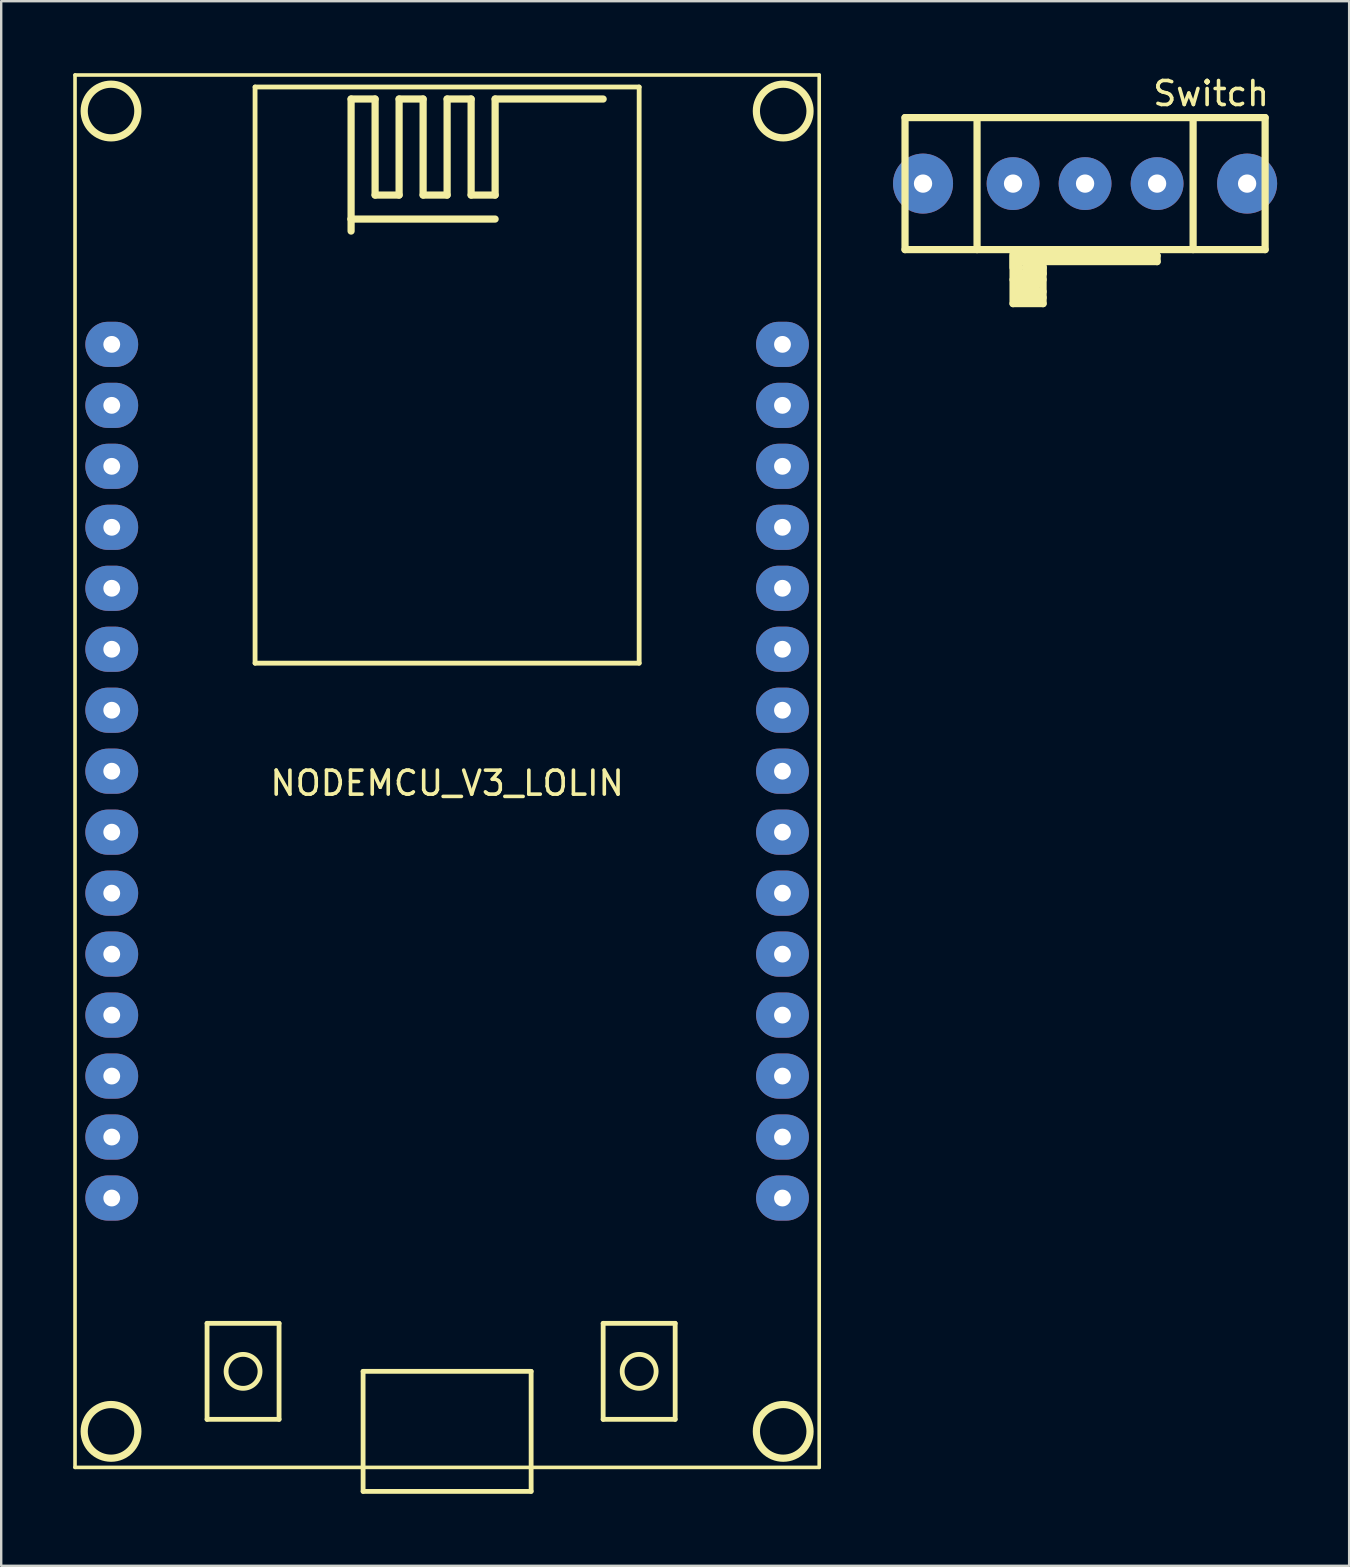
<source format=kicad_pcb>
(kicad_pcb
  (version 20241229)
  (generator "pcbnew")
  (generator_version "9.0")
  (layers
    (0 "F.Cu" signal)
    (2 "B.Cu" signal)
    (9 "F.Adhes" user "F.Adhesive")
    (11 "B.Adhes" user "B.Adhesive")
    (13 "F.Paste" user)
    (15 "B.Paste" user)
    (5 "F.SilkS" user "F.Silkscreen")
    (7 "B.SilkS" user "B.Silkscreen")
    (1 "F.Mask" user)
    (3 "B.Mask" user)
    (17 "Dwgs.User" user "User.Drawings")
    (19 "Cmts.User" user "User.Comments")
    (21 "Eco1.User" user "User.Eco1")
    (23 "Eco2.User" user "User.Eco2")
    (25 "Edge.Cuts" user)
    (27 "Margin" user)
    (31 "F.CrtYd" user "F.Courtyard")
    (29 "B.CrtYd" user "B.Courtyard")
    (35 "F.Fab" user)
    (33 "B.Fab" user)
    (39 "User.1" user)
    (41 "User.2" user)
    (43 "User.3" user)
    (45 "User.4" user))
  (footprint "NODEMCU_V3_LOLIN"
    (layer "F.Cu")
    (at 15.575 57.015)
    (property "Reference" "NODEMCU_V3_LOLIN" (at 0 -27.44 0) (layer "F.SilkS") (effects (font (size 1 1) (thickness 0.15))))
    (attr through_hole)
    (fp_line (start -15.5 1.06) (end -15.5 -56.94) (stroke (width 0.15) (type solid)) (layer "F.SilkS"))
    (fp_line (start -10 -4.94) (end -7 -4.94) (stroke (width 0.2) (type solid)) (layer "F.SilkS"))
    (fp_line (start -10 -0.94) (end -10 -4.94) (stroke (width 0.2) (type solid)) (layer "F.SilkS"))
    (fp_line (start -8 -56.44) (end 8 -56.44) (stroke (width 0.2) (type solid)) (layer "F.SilkS"))
    (fp_line (start -8 -32.44) (end -8 -56.44) (stroke (width 0.2) (type solid)) (layer "F.SilkS"))
    (fp_line (start -7 -4.94) (end -7 -0.94) (stroke (width 0.2) (type solid)) (layer "F.SilkS"))
    (fp_line (start -7 -0.94) (end -10 -0.94) (stroke (width 0.2) (type solid)) (layer "F.SilkS"))
    (fp_line (start -4 -55.94) (end -4 -50.94) (stroke (width 0.3) (type solid)) (layer "F.SilkS"))
    (fp_line (start -4 -50.94) (end 2 -50.94) (stroke (width 0.3) (type solid)) (layer "F.SilkS"))
    (fp_line (start -4 -50.44) (end -4 -50.94) (stroke (width 0.3) (type solid)) (layer "F.SilkS"))
    (fp_line (start -3.5 -2.94) (end -3.5 1.06) (stroke (width 0.2) (type solid)) (layer "F.SilkS"))
    (fp_line (start -3.5 1.06) (end -3.5 2.06) (stroke (width 0.2) (type solid)) (layer "F.SilkS"))
    (fp_line (start -3.5 2.06) (end 3.5 2.06) (stroke (width 0.2) (type solid)) (layer "F.SilkS"))
    (fp_line (start -3 -55.94) (end -4 -55.94) (stroke (width 0.3) (type solid)) (layer "F.SilkS"))
    (fp_line (start -3 -51.94) (end -3 -55.94) (stroke (width 0.3) (type solid)) (layer "F.SilkS"))
    (fp_line (start -2 -55.94) (end -2 -51.94) (stroke (width 0.3) (type solid)) (layer "F.SilkS"))
    (fp_line (start -2 -51.94) (end -3 -51.94) (stroke (width 0.3) (type solid)) (layer "F.SilkS"))
    (fp_line (start -1 -55.94) (end -2 -55.94) (stroke (width 0.3) (type solid)) (layer "F.SilkS"))
    (fp_line (start -1 -51.94) (end -1 -55.94) (stroke (width 0.3) (type solid)) (layer "F.SilkS"))
    (fp_line (start 0 -55.94) (end 0 -51.94) (stroke (width 0.3) (type solid)) (layer "F.SilkS"))
    (fp_line (start 0 -51.94) (end -1 -51.94) (stroke (width 0.3) (type solid)) (layer "F.SilkS"))
    (fp_line (start 1 -55.94) (end 0 -55.94) (stroke (width 0.3) (type solid)) (layer "F.SilkS"))
    (fp_line (start 1 -51.94) (end 1 -55.94) (stroke (width 0.3) (type solid)) (layer "F.SilkS"))
    (fp_line (start 2 -55.94) (end 2 -51.94) (stroke (width 0.3) (type solid)) (layer "F.SilkS"))
    (fp_line (start 2 -51.94) (end 1 -51.94) (stroke (width 0.3) (type solid)) (layer "F.SilkS"))
    (fp_line (start 3.5 -2.94) (end -3.5 -2.94) (stroke (width 0.2) (type solid)) (layer "F.SilkS"))
    (fp_line (start 3.5 1.06) (end 3.5 -2.94) (stroke (width 0.2) (type solid)) (layer "F.SilkS"))
    (fp_line (start 3.5 2.06) (end 3.5 1.06) (stroke (width 0.2) (type solid)) (layer "F.SilkS"))
    (fp_line (start 6.5 -55.94) (end 2 -55.94) (stroke (width 0.3) (type solid)) (layer "F.SilkS"))
    (fp_line (start 6.5 -4.94) (end 6.5 -0.94) (stroke (width 0.2) (type solid)) (layer "F.SilkS"))
    (fp_line (start 6.5 -0.94) (end 9.5 -0.94) (stroke (width 0.2) (type solid)) (layer "F.SilkS"))
    (fp_line (start 7 -32.44) (end -7 -32.44) (stroke (width 0.15) (type solid)) (layer "F.SilkS"))
    (fp_line (start 8 -56.44) (end 8 -32.44) (stroke (width 0.2) (type solid)) (layer "F.SilkS"))
    (fp_line (start 8 -32.44) (end -8 -32.44) (stroke (width 0.2) (type solid)) (layer "F.SilkS"))
    (fp_line (start 9.5 -4.94) (end 6.5 -4.94) (stroke (width 0.2) (type solid)) (layer "F.SilkS"))
    (fp_line (start 9.5 -0.94) (end 9.5 -4.94) (stroke (width 0.2) (type solid)) (layer "F.SilkS"))
    (fp_line (start 15.5 -56.94) (end -15.5 -56.94) (stroke (width 0.15) (type solid)) (layer "F.SilkS"))
    (fp_line (start 15.5 1.06) (end -15.5 1.06) (stroke (width 0.15) (type solid)) (layer "F.SilkS"))
    (fp_line (start 15.5 1.06) (end 15.5 -56.94) (stroke (width 0.15) (type solid)) (layer "F.SilkS"))
    (fp_circle (center -14 -55.44) (end -15 -55.94) (stroke (width 0.3) (type solid)) (fill no) (layer "F.SilkS"))
    (fp_circle (center -14 -0.44) (end -15 -0.94) (stroke (width 0.3) (type solid)) (fill no) (layer "F.SilkS"))
    (fp_circle (center -8.5 -2.94) (end -9 -3.44) (stroke (width 0.2) (type solid)) (fill no) (layer "F.SilkS"))
    (fp_circle (center 8 -2.94) (end 7.5 -3.44) (stroke (width 0.2) (type solid)) (fill no) (layer "F.SilkS"))
    (fp_circle (center 14 -55.44) (end 13 -55.94) (stroke (width 0.3) (type solid)) (fill no) (layer "F.SilkS"))
    (fp_circle (center 14 -0.44) (end 13 -0.94) (stroke (width 0.3) (type solid)) (fill no) (layer "F.SilkS"))
    (pad "1" thru_hole oval (at 13.97 -45.72) (size 2.2 1.88) (drill 0.7) (layers "*.Cu" "*.Mask"))
    (pad "2" thru_hole oval (at 13.97 -43.18) (size 2.2 1.88) (drill 0.7) (layers "*.Cu" "*.Mask"))
    (pad "3" thru_hole oval (at 13.97 -40.64) (size 2.2 1.88) (drill 0.7) (layers "*.Cu" "*.Mask"))
    (pad "4" thru_hole oval (at 13.97 -38.1) (size 2.2 1.88) (drill 0.7) (layers "*.Cu" "*.Mask"))
    (pad "5" thru_hole oval (at 13.97 -35.56) (size 2.2 1.88) (drill 0.7) (layers "*.Cu" "*.Mask"))
    (pad "6" thru_hole oval (at 13.97 -33.02) (size 2.2 1.88) (drill 0.7) (layers "*.Cu" "*.Mask"))
    (pad "7" thru_hole oval (at 13.97 -30.48) (size 2.2 1.88) (drill 0.7) (layers "*.Cu" "*.Mask"))
    (pad "8" thru_hole oval (at 13.97 -27.94) (size 2.2 1.88) (drill 0.7) (layers "*.Cu" "*.Mask"))
    (pad "9" thru_hole oval (at 13.97 -25.4) (size 2.2 1.88) (drill 0.7) (layers "*.Cu" "*.Mask"))
    (pad "10" thru_hole oval (at 13.97 -22.86) (size 2.2 1.88) (drill 0.7) (layers "*.Cu" "*.Mask"))
    (pad "11" thru_hole oval (at 13.97 -20.32) (size 2.2 1.88) (drill 0.7) (layers "*.Cu" "*.Mask"))
    (pad "12" thru_hole oval (at 13.97 -17.78) (size 2.2 1.88) (drill 0.7) (layers "*.Cu" "*.Mask"))
    (pad "13" thru_hole oval (at 13.97 -15.24) (size 2.2 1.88) (drill 0.7) (layers "*.Cu" "*.Mask"))
    (pad "14" thru_hole oval (at 13.97 -12.7) (size 2.2 1.88) (drill 0.7) (layers "*.Cu" "*.Mask"))
    (pad "15" thru_hole oval (at 13.97 -10.16) (size 2.2 1.88) (drill 0.7) (layers "*.Cu" "*.Mask"))
    (pad "16" thru_hole oval (at -13.97 -10.16) (size 2.2 1.88) (drill 0.7) (layers "*.Cu" "*.Mask"))
    (pad "17" thru_hole oval (at -13.97 -12.7) (size 2.2 1.88) (drill 0.7) (layers "*.Cu" "*.Mask"))
    (pad "18" thru_hole oval (at -13.97 -15.24) (size 2.2 1.88) (drill 0.7) (layers "*.Cu" "*.Mask"))
    (pad "19" thru_hole oval (at -13.97 -17.78) (size 2.2 1.88) (drill 0.7) (layers "*.Cu" "*.Mask"))
    (pad "20" thru_hole oval (at -13.97 -20.32) (size 2.2 1.88) (drill 0.7) (layers "*.Cu" "*.Mask"))
    (pad "21" thru_hole oval (at -13.97 -22.86) (size 2.2 1.88) (drill 0.7) (layers "*.Cu" "*.Mask"))
    (pad "22" thru_hole oval (at -13.97 -25.4) (size 2.2 1.88) (drill 0.7) (layers "*.Cu" "*.Mask"))
    (pad "23" thru_hole oval (at -13.97 -27.94) (size 2.2 1.88) (drill 0.7) (layers "*.Cu" "*.Mask"))
    (pad "24" thru_hole oval (at -13.97 -30.48) (size 2.2 1.88) (drill 0.7) (layers "*.Cu" "*.Mask"))
    (pad "25" thru_hole oval (at -13.97 -33.02) (size 2.2 1.88) (drill 0.7) (layers "*.Cu" "*.Mask"))
    (pad "26" thru_hole oval (at -13.97 -35.56) (size 2.2 1.88) (drill 0.7) (layers "*.Cu" "*.Mask"))
    (pad "27" thru_hole oval (at -13.97 -38.1) (size 2.2 1.88) (drill 0.7) (layers "*.Cu" "*.Mask"))
    (pad "28" thru_hole oval (at -13.97 -40.64) (size 2.2 1.88) (drill 0.7) (layers "*.Cu" "*.Mask"))
    (pad "29" thru_hole oval (at -13.97 -43.18) (size 2.2 1.88) (drill 0.7) (layers "*.Cu" "*.Mask"))
    (pad "30" thru_hole oval (at -13.97 -45.72) (size 2.2 1.88) (drill 0.7) (layers "*.Cu" "*.Mask")))
  (footprint "Switch"
    (layer "F.Cu")
    (at 42.15 4.848)
    (property "Reference" "Switch" (at 5.25 -4 0) (layer "F.SilkS") (effects (font (size 1 1) (thickness 0.15))))
    (attr through_hole)
    (fp_line (start -7.5 -3) (end -7.5 2.5) (stroke (width 0.3) (type solid)) (layer "F.SilkS"))
    (fp_line (start -7.5 2.5) (end 7.5 2.5) (stroke (width 0.3) (type solid)) (layer "F.SilkS"))
    (fp_line (start -4.5 -3) (end -4.5 2.5) (stroke (width 0.3) (type solid)) (layer "F.SilkS"))
    (fp_line (start -3 2.5) (end -3 3.25) (stroke (width 0.3) (type solid)) (layer "F.SilkS"))
    (fp_line (start -3 2.5) (end -2.75 3.25) (stroke (width 0.3) (type solid)) (layer "F.SilkS"))
    (fp_line (start -3 2.75) (end -3 4.75) (stroke (width 0.3) (type solid)) (layer "F.SilkS"))
    (fp_line (start -3 3.75) (end -2 3.75) (stroke (width 0.3) (type solid)) (layer "F.SilkS"))
    (fp_line (start -3 4.75) (end -1.75 4.75) (stroke (width 0.3) (type solid)) (layer "F.SilkS"))
    (fp_line (start -2.75 2.75) (end -1.75 2.75) (stroke (width 0.3) (type solid)) (layer "F.SilkS"))
    (fp_line (start -2.75 3) (end -2.75 3.5) (stroke (width 0.3) (type solid)) (layer "F.SilkS"))
    (fp_line (start -2.75 3.5) (end -1.75 3.5) (stroke (width 0.3) (type solid)) (layer "F.SilkS"))
    (fp_line (start -2.75 3.75) (end -2.75 4) (stroke (width 0.3) (type solid)) (layer "F.SilkS"))
    (fp_line (start -2.75 3.75) (end -1.75 2.75) (stroke (width 0.3) (type solid)) (layer "F.SilkS"))
    (fp_line (start -2.75 4) (end -2.75 3.75) (stroke (width 0.3) (type solid)) (layer "F.SilkS"))
    (fp_line (start -2.75 4) (end -2 4) (stroke (width 0.3) (type solid)) (layer "F.SilkS"))
    (fp_line (start -2.75 4.5) (end -2.75 3.75) (stroke (width 0.3) (type solid)) (layer "F.SilkS"))
    (fp_line (start -2.75 4.5) (end -2.5 4.5) (stroke (width 0.3) (type solid)) (layer "F.SilkS"))
    (fp_line (start -2.5 4.5) (end -1.75 4.5) (stroke (width 0.3) (type solid)) (layer "F.SilkS"))
    (fp_line (start -2 3) (end -2.75 3) (stroke (width 0.3) (type solid)) (layer "F.SilkS"))
    (fp_line (start -1.75 2.75) (end -2 3) (stroke (width 0.3) (type solid)) (layer "F.SilkS"))
    (fp_line (start -1.75 2.75) (end -1.75 3) (stroke (width 0.3) (type solid)) (layer "F.SilkS"))
    (fp_line (start -1.75 2.75) (end -1.5 2.75) (stroke (width 0.3) (type solid)) (layer "F.SilkS"))
    (fp_line (start -1.75 3) (end 3 3) (stroke (width 0.3) (type solid)) (layer "F.SilkS"))
    (fp_line (start -1.75 3.25) (end -2.5 3.25) (stroke (width 0.3) (type solid)) (layer "F.SilkS"))
    (fp_line (start -1.75 3.5) (end -1.75 3.25) (stroke (width 0.3) (type solid)) (layer "F.SilkS"))
    (fp_line (start -1.75 3.75) (end -2.75 4) (stroke (width 0.3) (type solid)) (layer "F.SilkS"))
    (fp_line (start -1.75 4.25) (end -2.75 4.25) (stroke (width 0.3) (type solid)) (layer "F.SilkS"))
    (fp_line (start -1.75 4.75) (end -1.75 2.75) (stroke (width 0.3) (type solid)) (layer "F.SilkS"))
    (fp_line (start 3 2.75) (end -1.5 2.75) (stroke (width 0.3) (type solid)) (layer "F.SilkS"))
    (fp_line (start 3 3) (end 3 2.75) (stroke (width 0.3) (type solid)) (layer "F.SilkS"))
    (fp_line (start 4.5 -3) (end 4.5 2.5) (stroke (width 0.3) (type solid)) (layer "F.SilkS"))
    (fp_line (start 7.5 -3) (end -7.5 -3) (stroke (width 0.3) (type solid)) (layer "F.SilkS"))
    (fp_line (start 7.5 2.5) (end 7.5 -3) (stroke (width 0.3) (type solid)) (layer "F.SilkS"))
    (pad "" thru_hole circle (at -6.75 -0.25) (size 2.5 2.5) (drill 0.762) (layers "*.Cu" "*.Mask"))
    (pad "" thru_hole circle (at 6.75 -0.25) (size 2.5 2.5) (drill 0.762) (layers "*.Cu" "*.Mask"))
    (pad "1" thru_hole circle (at -3 -0.25) (size 2.2 2.2) (drill 0.762) (layers "*.Cu" "*.Mask"))
    (pad "2" thru_hole circle (at 0 -0.25) (size 2.2 2.2) (drill 0.762) (layers "*.Cu" "*.Mask"))
    (pad "3" thru_hole circle (at 3 -0.25) (size 2.2 2.2) (drill 0.762) (layers "*.Cu" "*.Mask")))
  (gr_rect
    (start -3 -3)
    (end 53.15 62.175)
    (stroke (width 0.1) (type default))
    (fill no)
    (layer "Edge.Cuts")))
</source>
